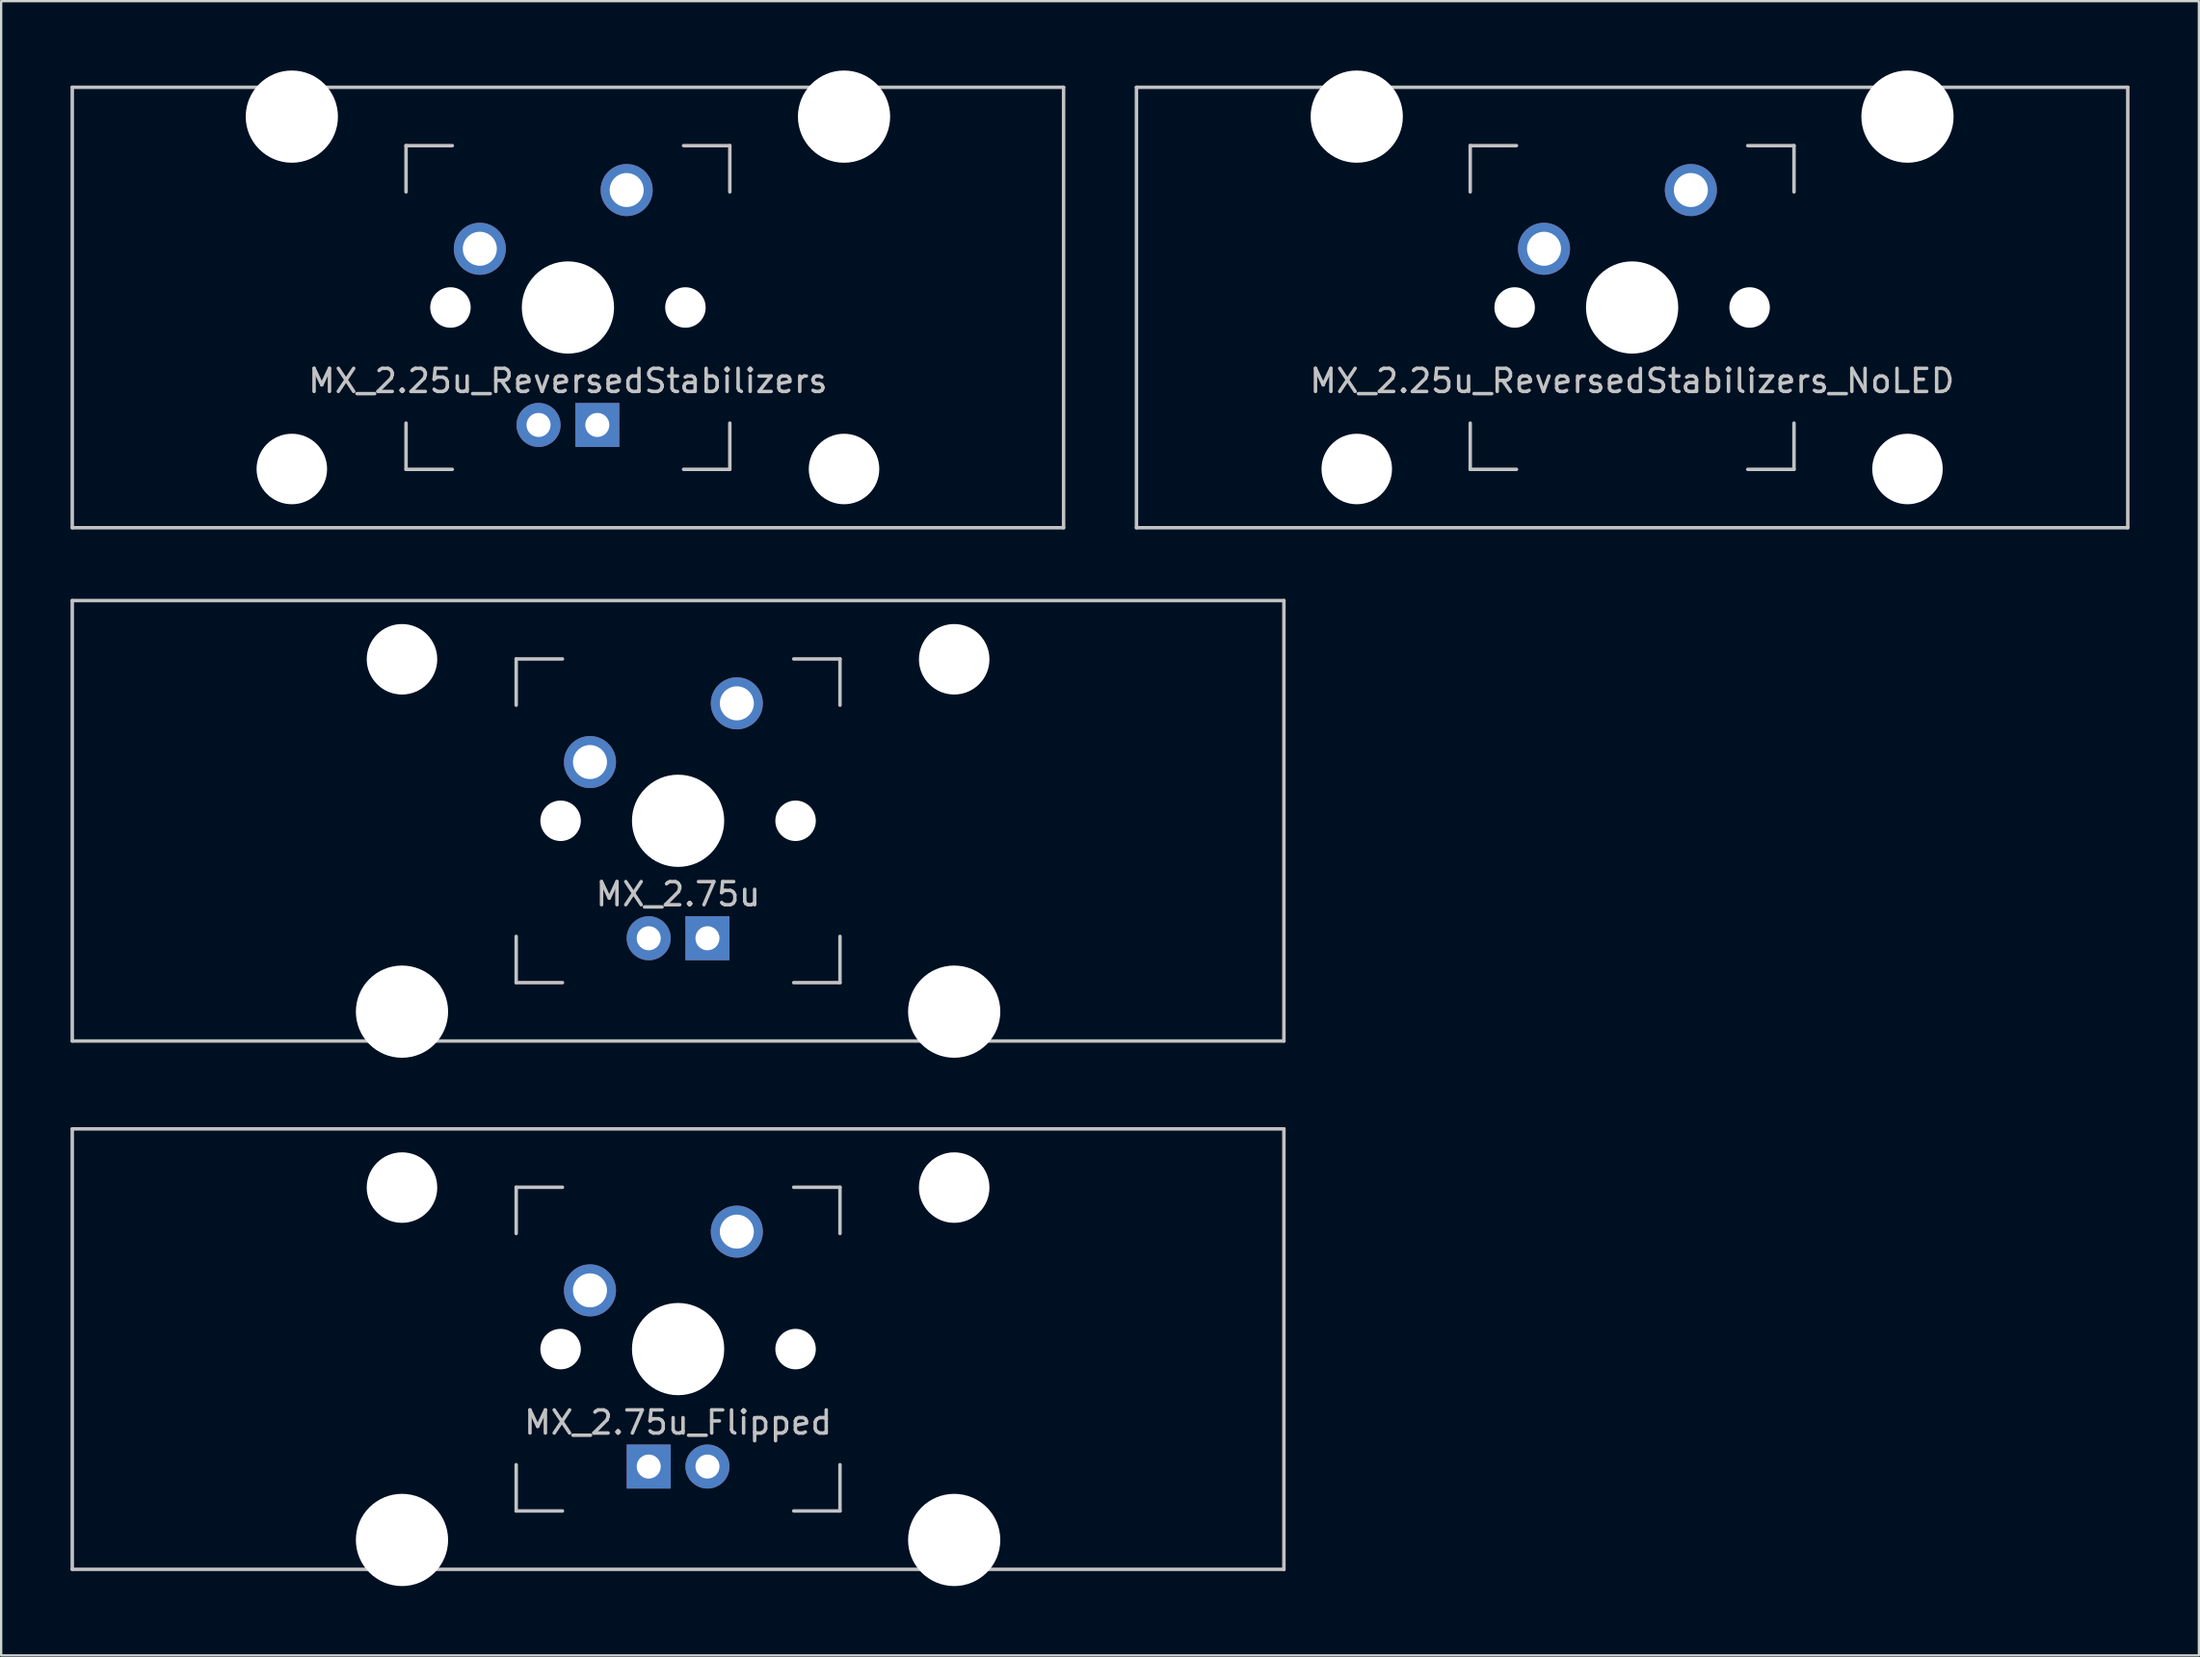
<source format=kicad_pcb>
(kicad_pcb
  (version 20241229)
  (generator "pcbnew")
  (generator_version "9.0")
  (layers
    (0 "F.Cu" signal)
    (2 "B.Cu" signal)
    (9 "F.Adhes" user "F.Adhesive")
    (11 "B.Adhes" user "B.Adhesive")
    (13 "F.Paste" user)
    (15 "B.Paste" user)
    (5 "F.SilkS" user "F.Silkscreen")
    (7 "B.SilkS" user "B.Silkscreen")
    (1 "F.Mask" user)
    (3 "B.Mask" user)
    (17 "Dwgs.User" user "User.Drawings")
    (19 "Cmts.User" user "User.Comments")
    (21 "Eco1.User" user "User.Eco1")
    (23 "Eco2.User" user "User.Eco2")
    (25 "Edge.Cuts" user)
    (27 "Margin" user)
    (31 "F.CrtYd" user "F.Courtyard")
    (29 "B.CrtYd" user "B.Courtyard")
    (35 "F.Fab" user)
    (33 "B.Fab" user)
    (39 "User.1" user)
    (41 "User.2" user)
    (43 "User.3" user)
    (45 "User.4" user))
  (footprint "MX_2.25u_ReversedStabilizers"
    (layer "F.Cu")
    (at 21.506 10.249)
    (property "Reference" "MX_2.25u_ReversedStabilizers" (at 0 3.175 0) (layer "Dwgs.User") (effects (font (size 1 1) (thickness 0.15))))
    (attr through_hole)
    (fp_line (start -21.431 -9.525) (end 21.431 -9.525) (stroke (width 0.15) (type solid)) (layer "Dwgs.User"))
    (fp_line (start -21.431 9.525) (end -21.431 -9.525) (stroke (width 0.15) (type solid)) (layer "Dwgs.User"))
    (fp_line (start -21.431 9.525) (end 21.431 9.525) (stroke (width 0.15) (type solid)) (layer "Dwgs.User"))
    (fp_line (start -7 -7) (end -7 -5) (stroke (width 0.15) (type solid)) (layer "Dwgs.User"))
    (fp_line (start -7 5) (end -7 7) (stroke (width 0.15) (type solid)) (layer "Dwgs.User"))
    (fp_line (start -7 7) (end -5 7) (stroke (width 0.15) (type solid)) (layer "Dwgs.User"))
    (fp_line (start -5 -7) (end -7 -7) (stroke (width 0.15) (type solid)) (layer "Dwgs.User"))
    (fp_line (start 5 -7) (end 7 -7) (stroke (width 0.15) (type solid)) (layer "Dwgs.User"))
    (fp_line (start 5 7) (end 7 7) (stroke (width 0.15) (type solid)) (layer "Dwgs.User"))
    (fp_line (start 7 -7) (end 7 -5) (stroke (width 0.15) (type solid)) (layer "Dwgs.User"))
    (fp_line (start 7 7) (end 7 5) (stroke (width 0.15) (type solid)) (layer "Dwgs.User"))
    (fp_line (start 21.431 -9.525) (end 21.431 9.525) (stroke (width 0.15) (type solid)) (layer "Dwgs.User"))
    (pad "" np_thru_hole circle (at -11.938 -8.255) (size 3.988 3.988) (drill 3.988) (layers "*.Cu" "*.Mask"))
    (pad "" np_thru_hole circle (at -11.938 6.985) (size 3.048 3.048) (drill 3.048) (layers "*.Cu" "*.Mask"))
    (pad "" np_thru_hole circle (at -5.08 0 48.1) (size 1.75 1.75) (drill 1.75) (layers "*.Cu" "*.Mask"))
    (pad "" np_thru_hole circle (at 0 0) (size 3.988 3.988) (drill 3.988) (layers "*.Cu" "*.Mask"))
    (pad "" np_thru_hole circle (at 5.08 0 48.1) (size 1.75 1.75) (drill 1.75) (layers "*.Cu" "*.Mask"))
    (pad "" np_thru_hole circle (at 11.938 -8.255) (size 3.988 3.988) (drill 3.988) (layers "*.Cu" "*.Mask"))
    (pad "" np_thru_hole circle (at 11.938 6.985) (size 3.048 3.048) (drill 3.048) (layers "*.Cu" "*.Mask"))
    (pad "1" thru_hole circle (at -3.81 -2.54) (size 2.25 2.25) (drill 1.47) (layers "*.Cu" "B.Mask"))
    (pad "2" thru_hole circle (at 2.54 -5.08) (size 2.25 2.25) (drill 1.47) (layers "*.Cu" "B.Mask"))
    (pad "3" thru_hole circle (at -1.27 5.08) (size 1.905 1.905) (drill 1.04) (layers "*.Cu" "B.Mask"))
    (pad "4" thru_hole rect (at 1.27 5.08) (size 1.905 1.905) (drill 1.04) (layers "*.Cu" "B.Mask")))
  (footprint "MX_2.75u_Flipped"
    (layer "F.Cu")
    (at 26.269 55.298)
    (property "Reference" "MX_2.75u_Flipped" (at 0 3.175 0) (layer "Dwgs.User") (effects (font (size 1 1) (thickness 0.15))))
    (attr through_hole)
    (fp_line (start -26.194 -9.525) (end 26.194 -9.525) (stroke (width 0.15) (type solid)) (layer "Dwgs.User"))
    (fp_line (start -26.194 9.525) (end -26.194 -9.525) (stroke (width 0.15) (type solid)) (layer "Dwgs.User"))
    (fp_line (start -26.194 9.525) (end 26.194 9.525) (stroke (width 0.15) (type solid)) (layer "Dwgs.User"))
    (fp_line (start -7 -7) (end -7 -5) (stroke (width 0.15) (type solid)) (layer "Dwgs.User"))
    (fp_line (start -7 5) (end -7 7) (stroke (width 0.15) (type solid)) (layer "Dwgs.User"))
    (fp_line (start -7 7) (end -5 7) (stroke (width 0.15) (type solid)) (layer "Dwgs.User"))
    (fp_line (start -5 -7) (end -7 -7) (stroke (width 0.15) (type solid)) (layer "Dwgs.User"))
    (fp_line (start 5 -7) (end 7 -7) (stroke (width 0.15) (type solid)) (layer "Dwgs.User"))
    (fp_line (start 5 7) (end 7 7) (stroke (width 0.15) (type solid)) (layer "Dwgs.User"))
    (fp_line (start 7 -7) (end 7 -5) (stroke (width 0.15) (type solid)) (layer "Dwgs.User"))
    (fp_line (start 7 7) (end 7 5) (stroke (width 0.15) (type solid)) (layer "Dwgs.User"))
    (fp_line (start 26.194 -9.525) (end 26.194 9.525) (stroke (width 0.15) (type solid)) (layer "Dwgs.User"))
    (pad "" np_thru_hole circle (at -11.938 -6.985) (size 3.048 3.048) (drill 3.048) (layers "*.Cu" "*.Mask"))
    (pad "" np_thru_hole circle (at -11.938 8.255) (size 3.988 3.988) (drill 3.988) (layers "*.Cu" "*.Mask"))
    (pad "" np_thru_hole circle (at -5.08 0 48.1) (size 1.75 1.75) (drill 1.75) (layers "*.Cu" "*.Mask"))
    (pad "" np_thru_hole circle (at 0 0) (size 3.988 3.988) (drill 3.988) (layers "*.Cu" "*.Mask"))
    (pad "" np_thru_hole circle (at 5.08 0 48.1) (size 1.75 1.75) (drill 1.75) (layers "*.Cu" "*.Mask"))
    (pad "" np_thru_hole circle (at 11.938 -6.985) (size 3.048 3.048) (drill 3.048) (layers "*.Cu" "*.Mask"))
    (pad "" np_thru_hole circle (at 11.938 8.255) (size 3.988 3.988) (drill 3.988) (layers "*.Cu" "*.Mask"))
    (pad "1" thru_hole circle (at -3.81 -2.54) (size 2.25 2.25) (drill 1.47) (layers "*.Cu" "B.Mask"))
    (pad "2" thru_hole circle (at 2.54 -5.08) (size 2.25 2.25) (drill 1.47) (layers "*.Cu" "B.Mask"))
    (pad "3" thru_hole circle (at 1.27 5.08) (size 1.905 1.905) (drill 1.04) (layers "*.Cu" "B.Mask"))
    (pad "4" thru_hole rect (at -1.27 5.08) (size 1.905 1.905) (drill 1.04) (layers "*.Cu" "B.Mask")))
  (footprint "MX_2.75u"
    (layer "F.Cu")
    (at 26.269 32.449)
    (property "Reference" "MX_2.75u" (at 0 3.175 0) (layer "Dwgs.User") (effects (font (size 1 1) (thickness 0.15))))
    (attr through_hole)
    (fp_line (start -26.194 -9.525) (end 26.194 -9.525) (stroke (width 0.15) (type solid)) (layer "Dwgs.User"))
    (fp_line (start -26.194 9.525) (end -26.194 -9.525) (stroke (width 0.15) (type solid)) (layer "Dwgs.User"))
    (fp_line (start -26.194 9.525) (end 26.194 9.525) (stroke (width 0.15) (type solid)) (layer "Dwgs.User"))
    (fp_line (start -7 -7) (end -7 -5) (stroke (width 0.15) (type solid)) (layer "Dwgs.User"))
    (fp_line (start -7 5) (end -7 7) (stroke (width 0.15) (type solid)) (layer "Dwgs.User"))
    (fp_line (start -7 7) (end -5 7) (stroke (width 0.15) (type solid)) (layer "Dwgs.User"))
    (fp_line (start -5 -7) (end -7 -7) (stroke (width 0.15) (type solid)) (layer "Dwgs.User"))
    (fp_line (start 5 -7) (end 7 -7) (stroke (width 0.15) (type solid)) (layer "Dwgs.User"))
    (fp_line (start 5 7) (end 7 7) (stroke (width 0.15) (type solid)) (layer "Dwgs.User"))
    (fp_line (start 7 -7) (end 7 -5) (stroke (width 0.15) (type solid)) (layer "Dwgs.User"))
    (fp_line (start 7 7) (end 7 5) (stroke (width 0.15) (type solid)) (layer "Dwgs.User"))
    (fp_line (start 26.194 -9.525) (end 26.194 9.525) (stroke (width 0.15) (type solid)) (layer "Dwgs.User"))
    (pad "" np_thru_hole circle (at -11.938 -6.985) (size 3.048 3.048) (drill 3.048) (layers "*.Cu" "*.Mask"))
    (pad "" np_thru_hole circle (at -11.938 8.255) (size 3.988 3.988) (drill 3.988) (layers "*.Cu" "*.Mask"))
    (pad "" np_thru_hole circle (at -5.08 0 48.1) (size 1.75 1.75) (drill 1.75) (layers "*.Cu" "*.Mask"))
    (pad "" np_thru_hole circle (at 0 0) (size 3.988 3.988) (drill 3.988) (layers "*.Cu" "*.Mask"))
    (pad "" np_thru_hole circle (at 5.08 0 48.1) (size 1.75 1.75) (drill 1.75) (layers "*.Cu" "*.Mask"))
    (pad "" np_thru_hole circle (at 11.938 -6.985) (size 3.048 3.048) (drill 3.048) (layers "*.Cu" "*.Mask"))
    (pad "" np_thru_hole circle (at 11.938 8.255) (size 3.988 3.988) (drill 3.988) (layers "*.Cu" "*.Mask"))
    (pad "1" thru_hole circle (at -3.81 -2.54) (size 2.25 2.25) (drill 1.47) (layers "*.Cu" "B.Mask"))
    (pad "2" thru_hole circle (at 2.54 -5.08) (size 2.25 2.25) (drill 1.47) (layers "*.Cu" "B.Mask"))
    (pad "3" thru_hole circle (at -1.27 5.08) (size 1.905 1.905) (drill 1.04) (layers "*.Cu" "B.Mask"))
    (pad "4" thru_hole rect (at 1.27 5.08) (size 1.905 1.905) (drill 1.04) (layers "*.Cu" "B.Mask")))
  (footprint "MX_2.25u_ReversedStabilizers_NoLED"
    (layer "F.Cu")
    (at 67.519 10.249)
    (property "Reference" "MX_2.25u_ReversedStabilizers_NoLED" (at 0 3.175 0) (layer "Dwgs.User") (effects (font (size 1 1) (thickness 0.15))))
    (attr through_hole)
    (fp_line (start -21.431 -9.525) (end 21.431 -9.525) (stroke (width 0.15) (type solid)) (layer "Dwgs.User"))
    (fp_line (start -21.431 9.525) (end -21.431 -9.525) (stroke (width 0.15) (type solid)) (layer "Dwgs.User"))
    (fp_line (start -21.431 9.525) (end 21.431 9.525) (stroke (width 0.15) (type solid)) (layer "Dwgs.User"))
    (fp_line (start -7 -7) (end -7 -5) (stroke (width 0.15) (type solid)) (layer "Dwgs.User"))
    (fp_line (start -7 5) (end -7 7) (stroke (width 0.15) (type solid)) (layer "Dwgs.User"))
    (fp_line (start -7 7) (end -5 7) (stroke (width 0.15) (type solid)) (layer "Dwgs.User"))
    (fp_line (start -5 -7) (end -7 -7) (stroke (width 0.15) (type solid)) (layer "Dwgs.User"))
    (fp_line (start 5 -7) (end 7 -7) (stroke (width 0.15) (type solid)) (layer "Dwgs.User"))
    (fp_line (start 5 7) (end 7 7) (stroke (width 0.15) (type solid)) (layer "Dwgs.User"))
    (fp_line (start 7 -7) (end 7 -5) (stroke (width 0.15) (type solid)) (layer "Dwgs.User"))
    (fp_line (start 7 7) (end 7 5) (stroke (width 0.15) (type solid)) (layer "Dwgs.User"))
    (fp_line (start 21.431 -9.525) (end 21.431 9.525) (stroke (width 0.15) (type solid)) (layer "Dwgs.User"))
    (pad "" np_thru_hole circle (at -11.906 -8.255) (size 3.988 3.988) (drill 3.988) (layers "*.Cu" "*.Mask"))
    (pad "" np_thru_hole circle (at -11.906 6.985) (size 3.048 3.048) (drill 3.048) (layers "*.Cu" "*.Mask"))
    (pad "" np_thru_hole circle (at -5.08 0 48.1) (size 1.75 1.75) (drill 1.75) (layers "*.Cu" "*.Mask"))
    (pad "" np_thru_hole circle (at 0 0) (size 3.988 3.988) (drill 3.988) (layers "*.Cu" "*.Mask"))
    (pad "" np_thru_hole circle (at 5.08 0 48.1) (size 1.75 1.75) (drill 1.75) (layers "*.Cu" "*.Mask"))
    (pad "" np_thru_hole circle (at 11.906 -8.255) (size 3.988 3.988) (drill 3.988) (layers "*.Cu" "*.Mask"))
    (pad "" np_thru_hole circle (at 11.906 6.985) (size 3.048 3.048) (drill 3.048) (layers "*.Cu" "*.Mask"))
    (pad "1" thru_hole circle (at -3.81 -2.54) (size 2.25 2.25) (drill 1.47) (layers "*.Cu" "B.Mask"))
    (pad "2" thru_hole circle (at 2.54 -5.08) (size 2.25 2.25) (drill 1.47) (layers "*.Cu" "B.Mask")))
  (gr_rect
    (start -3 -3)
    (end 92.025 68.547)
    (stroke (width 0.1) (type default))
    (fill no)
    (layer "Edge.Cuts")))
</source>
